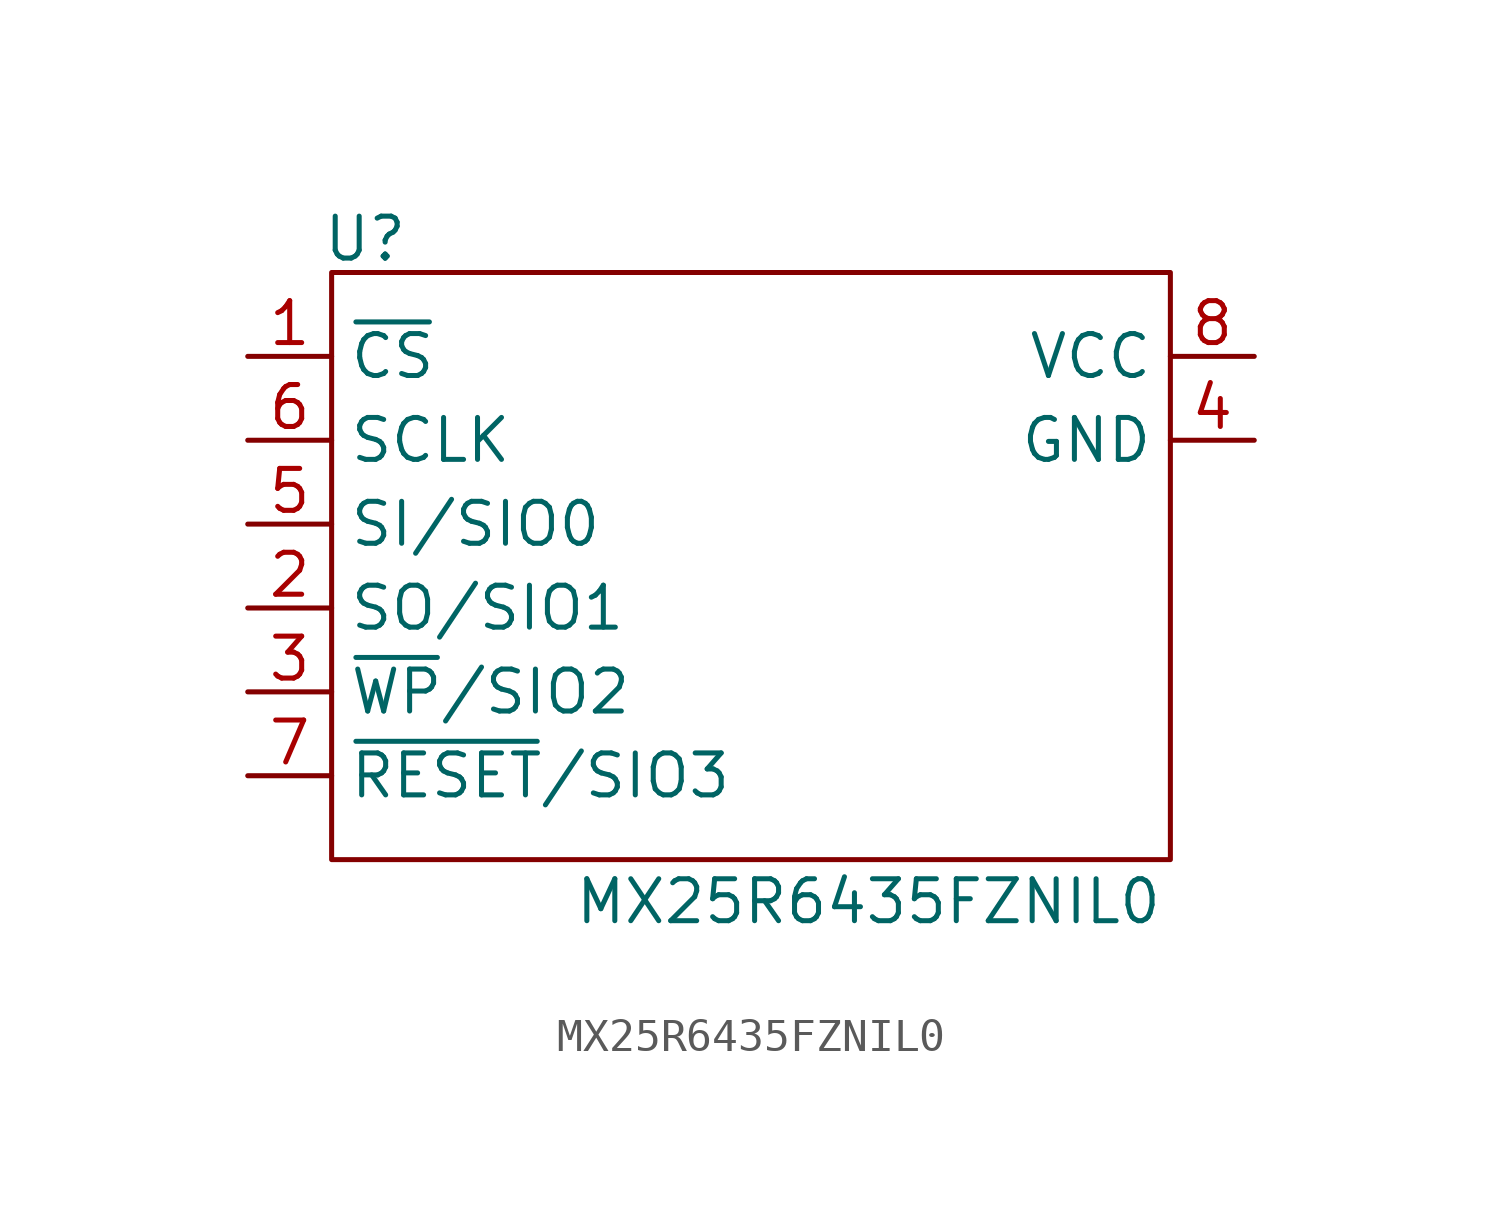
<source format=kicad_sym>
(kicad_symbol_lib
  (version 20241209)
  (generator "kicad_symbol_editor")
  (generator_version "9.0")
  (symbol "MX25R6435FZNIL0"
    (property "Reference" "U"
      (at -11.684 9.906 0)
      (effects (font (size 1.27 1.27))))
    (property "Value" "MX25R6435FZNIL0"
      (at 3.556 -10.16 0)
      (effects (font (size 1.27 1.27))))
    (symbol "MX25R6435FZNIL0_0_1"
      (rectangle (start -12.7 8.89) (end 12.7 -8.89) (stroke (width 0) (type default)) (fill (type none))))
    (symbol "MX25R6435FZNIL0_1_1"
      (pin input line (at -15.24 6.35 0) (length 2.54) (name "~{CS}" (effects (font (size 1.27 1.27)))) (number "1" (effects (font (size 1.27 1.27)))))
      (pin input line (at -15.24 3.81 0) (length 2.54) (name "SCLK" (effects (font (size 1.27 1.27)))) (number "6" (effects (font (size 1.27 1.27)))))
      (pin bidirectional line (at -15.24 1.27 0) (length 2.54) (name "SI/SIO0" (effects (font (size 1.27 1.27)))) (number "5" (effects (font (size 1.27 1.27)))))
      (pin bidirectional line (at -15.24 -1.27 0) (length 2.54) (name "SO/SIO1" (effects (font (size 1.27 1.27)))) (number "2" (effects (font (size 1.27 1.27)))))
      (pin bidirectional line (at -15.24 -3.81 0) (length 2.54) (name "~{WP}/SIO2" (effects (font (size 1.27 1.27)))) (number "3" (effects (font (size 1.27 1.27)))))
      (pin bidirectional line (at -15.24 -6.35 0) (length 2.54) (name "~{RESET}/SIO3" (effects (font (size 1.27 1.27)))) (number "7" (effects (font (size 1.27 1.27)))))
      (pin input line (at 15.24 6.35 180) (length 2.54) (name "VCC" (effects (font (size 1.27 1.27)))) (number "8" (effects (font (size 1.27 1.27)))))
      (pin input line (at 15.24 3.81 180) (length 2.54) (name "GND" (effects (font (size 1.27 1.27)))) (number "4" (effects (font (size 1.27 1.27))))))))
</source>
